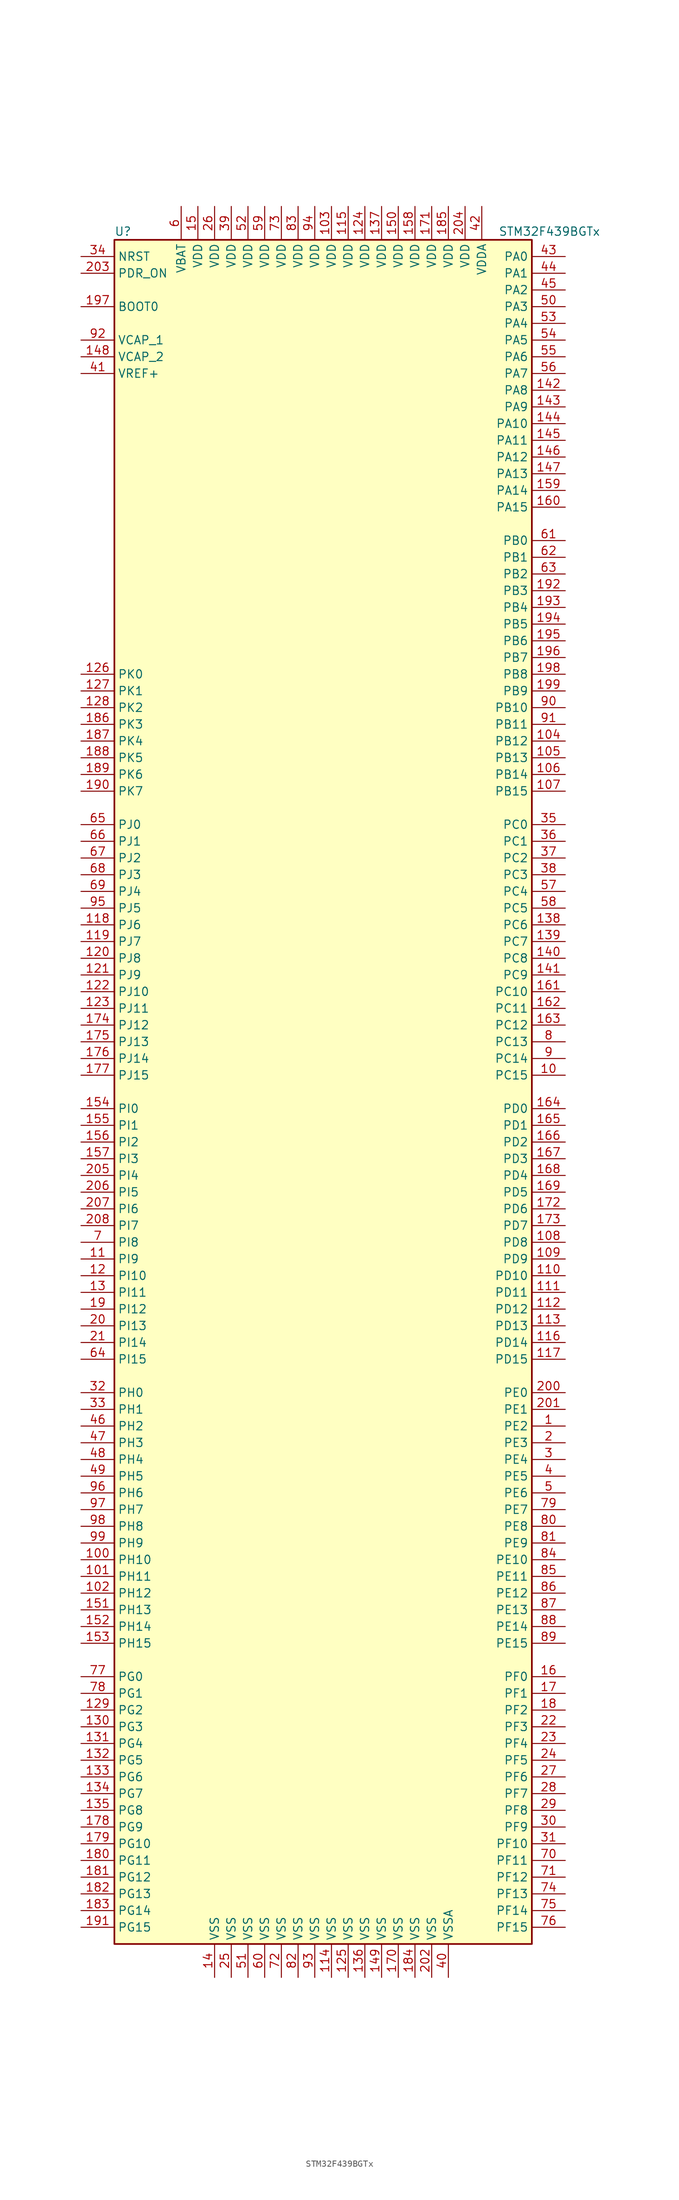
<source format=kicad_sym>
(kicad_symbol_lib
  (version 20201005)
  (generator kicad_symbol_editor)
  (symbol "STM32F439BGTx"
    (property "Reference" "U"
      (at -33.02 130.81 0)
      (effects (font (size 1.27 1.27)) (justify left)))
    (property "Value" "STM32F439BGTx"
      (at 25.4 130.81 0)
      (effects (font (size 1.27 1.27)) (justify left)))
    (symbol "STM32F439BGTx_0_1"
      (rectangle (start -33.02 -129.54) (end 30.48 129.54) (stroke (width 0.254)) (fill (type background))))
    (symbol "STM32F439BGTx_1_1"
      (pin input line (at -38.1 119.38 0) (length 5.08) (name "BOOT0" (effects (font (size 1.27 1.27)))) (number "197" (effects (font (size 1.27 1.27)))))
      (pin input line (at -38.1 127 0) (length 5.08) (name "NRST" (effects (font (size 1.27 1.27)))) (number "34" (effects (font (size 1.27 1.27)))))
      (pin bidirectional line (at 35.56 127 180) (length 5.08) (name "PA0" (effects (font (size 1.27 1.27)))) (number "43" (effects (font (size 1.27 1.27)))))
      (pin bidirectional line (at 35.56 124.46 180) (length 5.08) (name "PA1" (effects (font (size 1.27 1.27)))) (number "44" (effects (font (size 1.27 1.27)))))
      (pin bidirectional line (at 35.56 101.6 180) (length 5.08) (name "PA10" (effects (font (size 1.27 1.27)))) (number "144" (effects (font (size 1.27 1.27)))))
      (pin bidirectional line (at 35.56 99.06 180) (length 5.08) (name "PA11" (effects (font (size 1.27 1.27)))) (number "145" (effects (font (size 1.27 1.27)))))
      (pin bidirectional line (at 35.56 96.52 180) (length 5.08) (name "PA12" (effects (font (size 1.27 1.27)))) (number "146" (effects (font (size 1.27 1.27)))))
      (pin bidirectional line (at 35.56 93.98 180) (length 5.08) (name "PA13" (effects (font (size 1.27 1.27)))) (number "147" (effects (font (size 1.27 1.27)))))
      (pin bidirectional line (at 35.56 91.44 180) (length 5.08) (name "PA14" (effects (font (size 1.27 1.27)))) (number "159" (effects (font (size 1.27 1.27)))))
      (pin bidirectional line (at 35.56 88.9 180) (length 5.08) (name "PA15" (effects (font (size 1.27 1.27)))) (number "160" (effects (font (size 1.27 1.27)))))
      (pin bidirectional line (at 35.56 121.92 180) (length 5.08) (name "PA2" (effects (font (size 1.27 1.27)))) (number "45" (effects (font (size 1.27 1.27)))))
      (pin bidirectional line (at 35.56 119.38 180) (length 5.08) (name "PA3" (effects (font (size 1.27 1.27)))) (number "50" (effects (font (size 1.27 1.27)))))
      (pin bidirectional line (at 35.56 116.84 180) (length 5.08) (name "PA4" (effects (font (size 1.27 1.27)))) (number "53" (effects (font (size 1.27 1.27)))))
      (pin bidirectional line (at 35.56 114.3 180) (length 5.08) (name "PA5" (effects (font (size 1.27 1.27)))) (number "54" (effects (font (size 1.27 1.27)))))
      (pin bidirectional line (at 35.56 111.76 180) (length 5.08) (name "PA6" (effects (font (size 1.27 1.27)))) (number "55" (effects (font (size 1.27 1.27)))))
      (pin bidirectional line (at 35.56 109.22 180) (length 5.08) (name "PA7" (effects (font (size 1.27 1.27)))) (number "56" (effects (font (size 1.27 1.27)))))
      (pin bidirectional line (at 35.56 106.68 180) (length 5.08) (name "PA8" (effects (font (size 1.27 1.27)))) (number "142" (effects (font (size 1.27 1.27)))))
      (pin bidirectional line (at 35.56 104.14 180) (length 5.08) (name "PA9" (effects (font (size 1.27 1.27)))) (number "143" (effects (font (size 1.27 1.27)))))
      (pin bidirectional line (at 35.56 83.82 180) (length 5.08) (name "PB0" (effects (font (size 1.27 1.27)))) (number "61" (effects (font (size 1.27 1.27)))))
      (pin bidirectional line (at 35.56 81.28 180) (length 5.08) (name "PB1" (effects (font (size 1.27 1.27)))) (number "62" (effects (font (size 1.27 1.27)))))
      (pin bidirectional line (at 35.56 58.42 180) (length 5.08) (name "PB10" (effects (font (size 1.27 1.27)))) (number "90" (effects (font (size 1.27 1.27)))))
      (pin bidirectional line (at 35.56 55.88 180) (length 5.08) (name "PB11" (effects (font (size 1.27 1.27)))) (number "91" (effects (font (size 1.27 1.27)))))
      (pin bidirectional line (at 35.56 53.34 180) (length 5.08) (name "PB12" (effects (font (size 1.27 1.27)))) (number "104" (effects (font (size 1.27 1.27)))))
      (pin bidirectional line (at 35.56 50.8 180) (length 5.08) (name "PB13" (effects (font (size 1.27 1.27)))) (number "105" (effects (font (size 1.27 1.27)))))
      (pin bidirectional line (at 35.56 48.26 180) (length 5.08) (name "PB14" (effects (font (size 1.27 1.27)))) (number "106" (effects (font (size 1.27 1.27)))))
      (pin bidirectional line (at 35.56 45.72 180) (length 5.08) (name "PB15" (effects (font (size 1.27 1.27)))) (number "107" (effects (font (size 1.27 1.27)))))
      (pin bidirectional line (at 35.56 78.74 180) (length 5.08) (name "PB2" (effects (font (size 1.27 1.27)))) (number "63" (effects (font (size 1.27 1.27)))))
      (pin bidirectional line (at 35.56 76.2 180) (length 5.08) (name "PB3" (effects (font (size 1.27 1.27)))) (number "192" (effects (font (size 1.27 1.27)))))
      (pin bidirectional line (at 35.56 73.66 180) (length 5.08) (name "PB4" (effects (font (size 1.27 1.27)))) (number "193" (effects (font (size 1.27 1.27)))))
      (pin bidirectional line (at 35.56 71.12 180) (length 5.08) (name "PB5" (effects (font (size 1.27 1.27)))) (number "194" (effects (font (size 1.27 1.27)))))
      (pin bidirectional line (at 35.56 68.58 180) (length 5.08) (name "PB6" (effects (font (size 1.27 1.27)))) (number "195" (effects (font (size 1.27 1.27)))))
      (pin bidirectional line (at 35.56 66.04 180) (length 5.08) (name "PB7" (effects (font (size 1.27 1.27)))) (number "196" (effects (font (size 1.27 1.27)))))
      (pin bidirectional line (at 35.56 63.5 180) (length 5.08) (name "PB8" (effects (font (size 1.27 1.27)))) (number "198" (effects (font (size 1.27 1.27)))))
      (pin bidirectional line (at 35.56 60.96 180) (length 5.08) (name "PB9" (effects (font (size 1.27 1.27)))) (number "199" (effects (font (size 1.27 1.27)))))
      (pin bidirectional line (at 35.56 40.64 180) (length 5.08) (name "PC0" (effects (font (size 1.27 1.27)))) (number "35" (effects (font (size 1.27 1.27)))))
      (pin bidirectional line (at 35.56 38.1 180) (length 5.08) (name "PC1" (effects (font (size 1.27 1.27)))) (number "36" (effects (font (size 1.27 1.27)))))
      (pin bidirectional line (at 35.56 15.24 180) (length 5.08) (name "PC10" (effects (font (size 1.27 1.27)))) (number "161" (effects (font (size 1.27 1.27)))))
      (pin bidirectional line (at 35.56 12.7 180) (length 5.08) (name "PC11" (effects (font (size 1.27 1.27)))) (number "162" (effects (font (size 1.27 1.27)))))
      (pin bidirectional line (at 35.56 10.16 180) (length 5.08) (name "PC12" (effects (font (size 1.27 1.27)))) (number "163" (effects (font (size 1.27 1.27)))))
      (pin bidirectional line (at 35.56 7.62 180) (length 5.08) (name "PC13" (effects (font (size 1.27 1.27)))) (number "8" (effects (font (size 1.27 1.27)))))
      (pin bidirectional line (at 35.56 5.08 180) (length 5.08) (name "PC14" (effects (font (size 1.27 1.27)))) (number "9" (effects (font (size 1.27 1.27)))))
      (pin bidirectional line (at 35.56 2.54 180) (length 5.08) (name "PC15" (effects (font (size 1.27 1.27)))) (number "10" (effects (font (size 1.27 1.27)))))
      (pin bidirectional line (at 35.56 35.56 180) (length 5.08) (name "PC2" (effects (font (size 1.27 1.27)))) (number "37" (effects (font (size 1.27 1.27)))))
      (pin bidirectional line (at 35.56 33.02 180) (length 5.08) (name "PC3" (effects (font (size 1.27 1.27)))) (number "38" (effects (font (size 1.27 1.27)))))
      (pin bidirectional line (at 35.56 30.48 180) (length 5.08) (name "PC4" (effects (font (size 1.27 1.27)))) (number "57" (effects (font (size 1.27 1.27)))))
      (pin bidirectional line (at 35.56 27.94 180) (length 5.08) (name "PC5" (effects (font (size 1.27 1.27)))) (number "58" (effects (font (size 1.27 1.27)))))
      (pin bidirectional line (at 35.56 25.4 180) (length 5.08) (name "PC6" (effects (font (size 1.27 1.27)))) (number "138" (effects (font (size 1.27 1.27)))))
      (pin bidirectional line (at 35.56 22.86 180) (length 5.08) (name "PC7" (effects (font (size 1.27 1.27)))) (number "139" (effects (font (size 1.27 1.27)))))
      (pin bidirectional line (at 35.56 20.32 180) (length 5.08) (name "PC8" (effects (font (size 1.27 1.27)))) (number "140" (effects (font (size 1.27 1.27)))))
      (pin bidirectional line (at 35.56 17.78 180) (length 5.08) (name "PC9" (effects (font (size 1.27 1.27)))) (number "141" (effects (font (size 1.27 1.27)))))
      (pin bidirectional line (at 35.56 -2.54 180) (length 5.08) (name "PD0" (effects (font (size 1.27 1.27)))) (number "164" (effects (font (size 1.27 1.27)))))
      (pin bidirectional line (at 35.56 -5.08 180) (length 5.08) (name "PD1" (effects (font (size 1.27 1.27)))) (number "165" (effects (font (size 1.27 1.27)))))
      (pin bidirectional line (at 35.56 -27.94 180) (length 5.08) (name "PD10" (effects (font (size 1.27 1.27)))) (number "110" (effects (font (size 1.27 1.27)))))
      (pin bidirectional line (at 35.56 -30.48 180) (length 5.08) (name "PD11" (effects (font (size 1.27 1.27)))) (number "111" (effects (font (size 1.27 1.27)))))
      (pin bidirectional line (at 35.56 -33.02 180) (length 5.08) (name "PD12" (effects (font (size 1.27 1.27)))) (number "112" (effects (font (size 1.27 1.27)))))
      (pin bidirectional line (at 35.56 -35.56 180) (length 5.08) (name "PD13" (effects (font (size 1.27 1.27)))) (number "113" (effects (font (size 1.27 1.27)))))
      (pin bidirectional line (at 35.56 -38.1 180) (length 5.08) (name "PD14" (effects (font (size 1.27 1.27)))) (number "116" (effects (font (size 1.27 1.27)))))
      (pin bidirectional line (at 35.56 -40.64 180) (length 5.08) (name "PD15" (effects (font (size 1.27 1.27)))) (number "117" (effects (font (size 1.27 1.27)))))
      (pin bidirectional line (at 35.56 -7.62 180) (length 5.08) (name "PD2" (effects (font (size 1.27 1.27)))) (number "166" (effects (font (size 1.27 1.27)))))
      (pin bidirectional line (at 35.56 -10.16 180) (length 5.08) (name "PD3" (effects (font (size 1.27 1.27)))) (number "167" (effects (font (size 1.27 1.27)))))
      (pin bidirectional line (at 35.56 -12.7 180) (length 5.08) (name "PD4" (effects (font (size 1.27 1.27)))) (number "168" (effects (font (size 1.27 1.27)))))
      (pin bidirectional line (at 35.56 -15.24 180) (length 5.08) (name "PD5" (effects (font (size 1.27 1.27)))) (number "169" (effects (font (size 1.27 1.27)))))
      (pin bidirectional line (at 35.56 -17.78 180) (length 5.08) (name "PD6" (effects (font (size 1.27 1.27)))) (number "172" (effects (font (size 1.27 1.27)))))
      (pin bidirectional line (at 35.56 -20.32 180) (length 5.08) (name "PD7" (effects (font (size 1.27 1.27)))) (number "173" (effects (font (size 1.27 1.27)))))
      (pin bidirectional line (at 35.56 -22.86 180) (length 5.08) (name "PD8" (effects (font (size 1.27 1.27)))) (number "108" (effects (font (size 1.27 1.27)))))
      (pin bidirectional line (at 35.56 -25.4 180) (length 5.08) (name "PD9" (effects (font (size 1.27 1.27)))) (number "109" (effects (font (size 1.27 1.27)))))
      (pin input line (at -38.1 124.46 0) (length 5.08) (name "PDR_ON" (effects (font (size 1.27 1.27)))) (number "203" (effects (font (size 1.27 1.27)))))
      (pin bidirectional line (at 35.56 -45.72 180) (length 5.08) (name "PE0" (effects (font (size 1.27 1.27)))) (number "200" (effects (font (size 1.27 1.27)))))
      (pin bidirectional line (at 35.56 -48.26 180) (length 5.08) (name "PE1" (effects (font (size 1.27 1.27)))) (number "201" (effects (font (size 1.27 1.27)))))
      (pin bidirectional line (at 35.56 -71.12 180) (length 5.08) (name "PE10" (effects (font (size 1.27 1.27)))) (number "84" (effects (font (size 1.27 1.27)))))
      (pin bidirectional line (at 35.56 -73.66 180) (length 5.08) (name "PE11" (effects (font (size 1.27 1.27)))) (number "85" (effects (font (size 1.27 1.27)))))
      (pin bidirectional line (at 35.56 -76.2 180) (length 5.08) (name "PE12" (effects (font (size 1.27 1.27)))) (number "86" (effects (font (size 1.27 1.27)))))
      (pin bidirectional line (at 35.56 -78.74 180) (length 5.08) (name "PE13" (effects (font (size 1.27 1.27)))) (number "87" (effects (font (size 1.27 1.27)))))
      (pin bidirectional line (at 35.56 -81.28 180) (length 5.08) (name "PE14" (effects (font (size 1.27 1.27)))) (number "88" (effects (font (size 1.27 1.27)))))
      (pin bidirectional line (at 35.56 -83.82 180) (length 5.08) (name "PE15" (effects (font (size 1.27 1.27)))) (number "89" (effects (font (size 1.27 1.27)))))
      (pin bidirectional line (at 35.56 -50.8 180) (length 5.08) (name "PE2" (effects (font (size 1.27 1.27)))) (number "1" (effects (font (size 1.27 1.27)))))
      (pin bidirectional line (at 35.56 -53.34 180) (length 5.08) (name "PE3" (effects (font (size 1.27 1.27)))) (number "2" (effects (font (size 1.27 1.27)))))
      (pin bidirectional line (at 35.56 -55.88 180) (length 5.08) (name "PE4" (effects (font (size 1.27 1.27)))) (number "3" (effects (font (size 1.27 1.27)))))
      (pin bidirectional line (at 35.56 -58.42 180) (length 5.08) (name "PE5" (effects (font (size 1.27 1.27)))) (number "4" (effects (font (size 1.27 1.27)))))
      (pin bidirectional line (at 35.56 -60.96 180) (length 5.08) (name "PE6" (effects (font (size 1.27 1.27)))) (number "5" (effects (font (size 1.27 1.27)))))
      (pin bidirectional line (at 35.56 -63.5 180) (length 5.08) (name "PE7" (effects (font (size 1.27 1.27)))) (number "79" (effects (font (size 1.27 1.27)))))
      (pin bidirectional line (at 35.56 -66.04 180) (length 5.08) (name "PE8" (effects (font (size 1.27 1.27)))) (number "80" (effects (font (size 1.27 1.27)))))
      (pin bidirectional line (at 35.56 -68.58 180) (length 5.08) (name "PE9" (effects (font (size 1.27 1.27)))) (number "81" (effects (font (size 1.27 1.27)))))
      (pin bidirectional line (at 35.56 -88.9 180) (length 5.08) (name "PF0" (effects (font (size 1.27 1.27)))) (number "16" (effects (font (size 1.27 1.27)))))
      (pin bidirectional line (at 35.56 -91.44 180) (length 5.08) (name "PF1" (effects (font (size 1.27 1.27)))) (number "17" (effects (font (size 1.27 1.27)))))
      (pin bidirectional line (at 35.56 -114.3 180) (length 5.08) (name "PF10" (effects (font (size 1.27 1.27)))) (number "31" (effects (font (size 1.27 1.27)))))
      (pin bidirectional line (at 35.56 -116.84 180) (length 5.08) (name "PF11" (effects (font (size 1.27 1.27)))) (number "70" (effects (font (size 1.27 1.27)))))
      (pin bidirectional line (at 35.56 -119.38 180) (length 5.08) (name "PF12" (effects (font (size 1.27 1.27)))) (number "71" (effects (font (size 1.27 1.27)))))
      (pin bidirectional line (at 35.56 -121.92 180) (length 5.08) (name "PF13" (effects (font (size 1.27 1.27)))) (number "74" (effects (font (size 1.27 1.27)))))
      (pin bidirectional line (at 35.56 -124.46 180) (length 5.08) (name "PF14" (effects (font (size 1.27 1.27)))) (number "75" (effects (font (size 1.27 1.27)))))
      (pin bidirectional line (at 35.56 -127 180) (length 5.08) (name "PF15" (effects (font (size 1.27 1.27)))) (number "76" (effects (font (size 1.27 1.27)))))
      (pin bidirectional line (at 35.56 -93.98 180) (length 5.08) (name "PF2" (effects (font (size 1.27 1.27)))) (number "18" (effects (font (size 1.27 1.27)))))
      (pin bidirectional line (at 35.56 -96.52 180) (length 5.08) (name "PF3" (effects (font (size 1.27 1.27)))) (number "22" (effects (font (size 1.27 1.27)))))
      (pin bidirectional line (at 35.56 -99.06 180) (length 5.08) (name "PF4" (effects (font (size 1.27 1.27)))) (number "23" (effects (font (size 1.27 1.27)))))
      (pin bidirectional line (at 35.56 -101.6 180) (length 5.08) (name "PF5" (effects (font (size 1.27 1.27)))) (number "24" (effects (font (size 1.27 1.27)))))
      (pin bidirectional line (at 35.56 -104.14 180) (length 5.08) (name "PF6" (effects (font (size 1.27 1.27)))) (number "27" (effects (font (size 1.27 1.27)))))
      (pin bidirectional line (at 35.56 -106.68 180) (length 5.08) (name "PF7" (effects (font (size 1.27 1.27)))) (number "28" (effects (font (size 1.27 1.27)))))
      (pin bidirectional line (at 35.56 -109.22 180) (length 5.08) (name "PF8" (effects (font (size 1.27 1.27)))) (number "29" (effects (font (size 1.27 1.27)))))
      (pin bidirectional line (at 35.56 -111.76 180) (length 5.08) (name "PF9" (effects (font (size 1.27 1.27)))) (number "30" (effects (font (size 1.27 1.27)))))
      (pin bidirectional line (at -38.1 -88.9 0) (length 5.08) (name "PG0" (effects (font (size 1.27 1.27)))) (number "77" (effects (font (size 1.27 1.27)))))
      (pin bidirectional line (at -38.1 -91.44 0) (length 5.08) (name "PG1" (effects (font (size 1.27 1.27)))) (number "78" (effects (font (size 1.27 1.27)))))
      (pin bidirectional line (at -38.1 -114.3 0) (length 5.08) (name "PG10" (effects (font (size 1.27 1.27)))) (number "179" (effects (font (size 1.27 1.27)))))
      (pin bidirectional line (at -38.1 -116.84 0) (length 5.08) (name "PG11" (effects (font (size 1.27 1.27)))) (number "180" (effects (font (size 1.27 1.27)))))
      (pin bidirectional line (at -38.1 -119.38 0) (length 5.08) (name "PG12" (effects (font (size 1.27 1.27)))) (number "181" (effects (font (size 1.27 1.27)))))
      (pin bidirectional line (at -38.1 -121.92 0) (length 5.08) (name "PG13" (effects (font (size 1.27 1.27)))) (number "182" (effects (font (size 1.27 1.27)))))
      (pin bidirectional line (at -38.1 -124.46 0) (length 5.08) (name "PG14" (effects (font (size 1.27 1.27)))) (number "183" (effects (font (size 1.27 1.27)))))
      (pin bidirectional line (at -38.1 -127 0) (length 5.08) (name "PG15" (effects (font (size 1.27 1.27)))) (number "191" (effects (font (size 1.27 1.27)))))
      (pin bidirectional line (at -38.1 -93.98 0) (length 5.08) (name "PG2" (effects (font (size 1.27 1.27)))) (number "129" (effects (font (size 1.27 1.27)))))
      (pin bidirectional line (at -38.1 -96.52 0) (length 5.08) (name "PG3" (effects (font (size 1.27 1.27)))) (number "130" (effects (font (size 1.27 1.27)))))
      (pin bidirectional line (at -38.1 -99.06 0) (length 5.08) (name "PG4" (effects (font (size 1.27 1.27)))) (number "131" (effects (font (size 1.27 1.27)))))
      (pin bidirectional line (at -38.1 -101.6 0) (length 5.08) (name "PG5" (effects (font (size 1.27 1.27)))) (number "132" (effects (font (size 1.27 1.27)))))
      (pin bidirectional line (at -38.1 -104.14 0) (length 5.08) (name "PG6" (effects (font (size 1.27 1.27)))) (number "133" (effects (font (size 1.27 1.27)))))
      (pin bidirectional line (at -38.1 -106.68 0) (length 5.08) (name "PG7" (effects (font (size 1.27 1.27)))) (number "134" (effects (font (size 1.27 1.27)))))
      (pin bidirectional line (at -38.1 -109.22 0) (length 5.08) (name "PG8" (effects (font (size 1.27 1.27)))) (number "135" (effects (font (size 1.27 1.27)))))
      (pin bidirectional line (at -38.1 -111.76 0) (length 5.08) (name "PG9" (effects (font (size 1.27 1.27)))) (number "178" (effects (font (size 1.27 1.27)))))
      (pin input line (at -38.1 -45.72 0) (length 5.08) (name "PH0" (effects (font (size 1.27 1.27)))) (number "32" (effects (font (size 1.27 1.27)))))
      (pin input line (at -38.1 -48.26 0) (length 5.08) (name "PH1" (effects (font (size 1.27 1.27)))) (number "33" (effects (font (size 1.27 1.27)))))
      (pin bidirectional line (at -38.1 -71.12 0) (length 5.08) (name "PH10" (effects (font (size 1.27 1.27)))) (number "100" (effects (font (size 1.27 1.27)))))
      (pin bidirectional line (at -38.1 -73.66 0) (length 5.08) (name "PH11" (effects (font (size 1.27 1.27)))) (number "101" (effects (font (size 1.27 1.27)))))
      (pin bidirectional line (at -38.1 -76.2 0) (length 5.08) (name "PH12" (effects (font (size 1.27 1.27)))) (number "102" (effects (font (size 1.27 1.27)))))
      (pin bidirectional line (at -38.1 -78.74 0) (length 5.08) (name "PH13" (effects (font (size 1.27 1.27)))) (number "151" (effects (font (size 1.27 1.27)))))
      (pin bidirectional line (at -38.1 -81.28 0) (length 5.08) (name "PH14" (effects (font (size 1.27 1.27)))) (number "152" (effects (font (size 1.27 1.27)))))
      (pin bidirectional line (at -38.1 -83.82 0) (length 5.08) (name "PH15" (effects (font (size 1.27 1.27)))) (number "153" (effects (font (size 1.27 1.27)))))
      (pin bidirectional line (at -38.1 -50.8 0) (length 5.08) (name "PH2" (effects (font (size 1.27 1.27)))) (number "46" (effects (font (size 1.27 1.27)))))
      (pin bidirectional line (at -38.1 -53.34 0) (length 5.08) (name "PH3" (effects (font (size 1.27 1.27)))) (number "47" (effects (font (size 1.27 1.27)))))
      (pin bidirectional line (at -38.1 -55.88 0) (length 5.08) (name "PH4" (effects (font (size 1.27 1.27)))) (number "48" (effects (font (size 1.27 1.27)))))
      (pin bidirectional line (at -38.1 -58.42 0) (length 5.08) (name "PH5" (effects (font (size 1.27 1.27)))) (number "49" (effects (font (size 1.27 1.27)))))
      (pin bidirectional line (at -38.1 -60.96 0) (length 5.08) (name "PH6" (effects (font (size 1.27 1.27)))) (number "96" (effects (font (size 1.27 1.27)))))
      (pin bidirectional line (at -38.1 -63.5 0) (length 5.08) (name "PH7" (effects (font (size 1.27 1.27)))) (number "97" (effects (font (size 1.27 1.27)))))
      (pin bidirectional line (at -38.1 -66.04 0) (length 5.08) (name "PH8" (effects (font (size 1.27 1.27)))) (number "98" (effects (font (size 1.27 1.27)))))
      (pin bidirectional line (at -38.1 -68.58 0) (length 5.08) (name "PH9" (effects (font (size 1.27 1.27)))) (number "99" (effects (font (size 1.27 1.27)))))
      (pin bidirectional line (at -38.1 -2.54 0) (length 5.08) (name "PI0" (effects (font (size 1.27 1.27)))) (number "154" (effects (font (size 1.27 1.27)))))
      (pin bidirectional line (at -38.1 -5.08 0) (length 5.08) (name "PI1" (effects (font (size 1.27 1.27)))) (number "155" (effects (font (size 1.27 1.27)))))
      (pin bidirectional line (at -38.1 -27.94 0) (length 5.08) (name "PI10" (effects (font (size 1.27 1.27)))) (number "12" (effects (font (size 1.27 1.27)))))
      (pin bidirectional line (at -38.1 -30.48 0) (length 5.08) (name "PI11" (effects (font (size 1.27 1.27)))) (number "13" (effects (font (size 1.27 1.27)))))
      (pin bidirectional line (at -38.1 -33.02 0) (length 5.08) (name "PI12" (effects (font (size 1.27 1.27)))) (number "19" (effects (font (size 1.27 1.27)))))
      (pin bidirectional line (at -38.1 -35.56 0) (length 5.08) (name "PI13" (effects (font (size 1.27 1.27)))) (number "20" (effects (font (size 1.27 1.27)))))
      (pin bidirectional line (at -38.1 -38.1 0) (length 5.08) (name "PI14" (effects (font (size 1.27 1.27)))) (number "21" (effects (font (size 1.27 1.27)))))
      (pin bidirectional line (at -38.1 -40.64 0) (length 5.08) (name "PI15" (effects (font (size 1.27 1.27)))) (number "64" (effects (font (size 1.27 1.27)))))
      (pin bidirectional line (at -38.1 -7.62 0) (length 5.08) (name "PI2" (effects (font (size 1.27 1.27)))) (number "156" (effects (font (size 1.27 1.27)))))
      (pin bidirectional line (at -38.1 -10.16 0) (length 5.08) (name "PI3" (effects (font (size 1.27 1.27)))) (number "157" (effects (font (size 1.27 1.27)))))
      (pin bidirectional line (at -38.1 -12.7 0) (length 5.08) (name "PI4" (effects (font (size 1.27 1.27)))) (number "205" (effects (font (size 1.27 1.27)))))
      (pin bidirectional line (at -38.1 -15.24 0) (length 5.08) (name "PI5" (effects (font (size 1.27 1.27)))) (number "206" (effects (font (size 1.27 1.27)))))
      (pin bidirectional line (at -38.1 -17.78 0) (length 5.08) (name "PI6" (effects (font (size 1.27 1.27)))) (number "207" (effects (font (size 1.27 1.27)))))
      (pin bidirectional line (at -38.1 -20.32 0) (length 5.08) (name "PI7" (effects (font (size 1.27 1.27)))) (number "208" (effects (font (size 1.27 1.27)))))
      (pin bidirectional line (at -38.1 -22.86 0) (length 5.08) (name "PI8" (effects (font (size 1.27 1.27)))) (number "7" (effects (font (size 1.27 1.27)))))
      (pin bidirectional line (at -38.1 -25.4 0) (length 5.08) (name "PI9" (effects (font (size 1.27 1.27)))) (number "11" (effects (font (size 1.27 1.27)))))
      (pin bidirectional line (at -38.1 40.64 0) (length 5.08) (name "PJ0" (effects (font (size 1.27 1.27)))) (number "65" (effects (font (size 1.27 1.27)))))
      (pin bidirectional line (at -38.1 38.1 0) (length 5.08) (name "PJ1" (effects (font (size 1.27 1.27)))) (number "66" (effects (font (size 1.27 1.27)))))
      (pin bidirectional line (at -38.1 15.24 0) (length 5.08) (name "PJ10" (effects (font (size 1.27 1.27)))) (number "122" (effects (font (size 1.27 1.27)))))
      (pin bidirectional line (at -38.1 12.7 0) (length 5.08) (name "PJ11" (effects (font (size 1.27 1.27)))) (number "123" (effects (font (size 1.27 1.27)))))
      (pin bidirectional line (at -38.1 10.16 0) (length 5.08) (name "PJ12" (effects (font (size 1.27 1.27)))) (number "174" (effects (font (size 1.27 1.27)))))
      (pin bidirectional line (at -38.1 7.62 0) (length 5.08) (name "PJ13" (effects (font (size 1.27 1.27)))) (number "175" (effects (font (size 1.27 1.27)))))
      (pin bidirectional line (at -38.1 5.08 0) (length 5.08) (name "PJ14" (effects (font (size 1.27 1.27)))) (number "176" (effects (font (size 1.27 1.27)))))
      (pin bidirectional line (at -38.1 2.54 0) (length 5.08) (name "PJ15" (effects (font (size 1.27 1.27)))) (number "177" (effects (font (size 1.27 1.27)))))
      (pin bidirectional line (at -38.1 35.56 0) (length 5.08) (name "PJ2" (effects (font (size 1.27 1.27)))) (number "67" (effects (font (size 1.27 1.27)))))
      (pin bidirectional line (at -38.1 33.02 0) (length 5.08) (name "PJ3" (effects (font (size 1.27 1.27)))) (number "68" (effects (font (size 1.27 1.27)))))
      (pin bidirectional line (at -38.1 30.48 0) (length 5.08) (name "PJ4" (effects (font (size 1.27 1.27)))) (number "69" (effects (font (size 1.27 1.27)))))
      (pin bidirectional line (at -38.1 27.94 0) (length 5.08) (name "PJ5" (effects (font (size 1.27 1.27)))) (number "95" (effects (font (size 1.27 1.27)))))
      (pin bidirectional line (at -38.1 25.4 0) (length 5.08) (name "PJ6" (effects (font (size 1.27 1.27)))) (number "118" (effects (font (size 1.27 1.27)))))
      (pin bidirectional line (at -38.1 22.86 0) (length 5.08) (name "PJ7" (effects (font (size 1.27 1.27)))) (number "119" (effects (font (size 1.27 1.27)))))
      (pin bidirectional line (at -38.1 20.32 0) (length 5.08) (name "PJ8" (effects (font (size 1.27 1.27)))) (number "120" (effects (font (size 1.27 1.27)))))
      (pin bidirectional line (at -38.1 17.78 0) (length 5.08) (name "PJ9" (effects (font (size 1.27 1.27)))) (number "121" (effects (font (size 1.27 1.27)))))
      (pin bidirectional line (at -38.1 63.5 0) (length 5.08) (name "PK0" (effects (font (size 1.27 1.27)))) (number "126" (effects (font (size 1.27 1.27)))))
      (pin bidirectional line (at -38.1 60.96 0) (length 5.08) (name "PK1" (effects (font (size 1.27 1.27)))) (number "127" (effects (font (size 1.27 1.27)))))
      (pin bidirectional line (at -38.1 58.42 0) (length 5.08) (name "PK2" (effects (font (size 1.27 1.27)))) (number "128" (effects (font (size 1.27 1.27)))))
      (pin bidirectional line (at -38.1 55.88 0) (length 5.08) (name "PK3" (effects (font (size 1.27 1.27)))) (number "186" (effects (font (size 1.27 1.27)))))
      (pin bidirectional line (at -38.1 53.34 0) (length 5.08) (name "PK4" (effects (font (size 1.27 1.27)))) (number "187" (effects (font (size 1.27 1.27)))))
      (pin bidirectional line (at -38.1 50.8 0) (length 5.08) (name "PK5" (effects (font (size 1.27 1.27)))) (number "188" (effects (font (size 1.27 1.27)))))
      (pin bidirectional line (at -38.1 48.26 0) (length 5.08) (name "PK6" (effects (font (size 1.27 1.27)))) (number "189" (effects (font (size 1.27 1.27)))))
      (pin bidirectional line (at -38.1 45.72 0) (length 5.08) (name "PK7" (effects (font (size 1.27 1.27)))) (number "190" (effects (font (size 1.27 1.27)))))
      (pin power_in line (at -22.86 134.62 270) (length 5.08) (name "VBAT" (effects (font (size 1.27 1.27)))) (number "6" (effects (font (size 1.27 1.27)))))
      (pin power_in line (at -38.1 114.3 0) (length 5.08) (name "VCAP_1" (effects (font (size 1.27 1.27)))) (number "92" (effects (font (size 1.27 1.27)))))
      (pin power_in line (at -38.1 111.76 0) (length 5.08) (name "VCAP_2" (effects (font (size 1.27 1.27)))) (number "148" (effects (font (size 1.27 1.27)))))
      (pin power_in line (at 0 134.62 270) (length 5.08) (name "VDD" (effects (font (size 1.27 1.27)))) (number "103" (effects (font (size 1.27 1.27)))))
      (pin power_in line (at 2.54 134.62 270) (length 5.08) (name "VDD" (effects (font (size 1.27 1.27)))) (number "115" (effects (font (size 1.27 1.27)))))
      (pin power_in line (at 5.08 134.62 270) (length 5.08) (name "VDD" (effects (font (size 1.27 1.27)))) (number "124" (effects (font (size 1.27 1.27)))))
      (pin power_in line (at 7.62 134.62 270) (length 5.08) (name "VDD" (effects (font (size 1.27 1.27)))) (number "137" (effects (font (size 1.27 1.27)))))
      (pin power_in line (at -20.32 134.62 270) (length 5.08) (name "VDD" (effects (font (size 1.27 1.27)))) (number "15" (effects (font (size 1.27 1.27)))))
      (pin power_in line (at 10.16 134.62 270) (length 5.08) (name "VDD" (effects (font (size 1.27 1.27)))) (number "150" (effects (font (size 1.27 1.27)))))
      (pin power_in line (at 12.7 134.62 270) (length 5.08) (name "VDD" (effects (font (size 1.27 1.27)))) (number "158" (effects (font (size 1.27 1.27)))))
      (pin power_in line (at 15.24 134.62 270) (length 5.08) (name "VDD" (effects (font (size 1.27 1.27)))) (number "171" (effects (font (size 1.27 1.27)))))
      (pin power_in line (at 17.78 134.62 270) (length 5.08) (name "VDD" (effects (font (size 1.27 1.27)))) (number "185" (effects (font (size 1.27 1.27)))))
      (pin power_in line (at 20.32 134.62 270) (length 5.08) (name "VDD" (effects (font (size 1.27 1.27)))) (number "204" (effects (font (size 1.27 1.27)))))
      (pin power_in line (at -17.78 134.62 270) (length 5.08) (name "VDD" (effects (font (size 1.27 1.27)))) (number "26" (effects (font (size 1.27 1.27)))))
      (pin power_in line (at -15.24 134.62 270) (length 5.08) (name "VDD" (effects (font (size 1.27 1.27)))) (number "39" (effects (font (size 1.27 1.27)))))
      (pin power_in line (at -12.7 134.62 270) (length 5.08) (name "VDD" (effects (font (size 1.27 1.27)))) (number "52" (effects (font (size 1.27 1.27)))))
      (pin power_in line (at -10.16 134.62 270) (length 5.08) (name "VDD" (effects (font (size 1.27 1.27)))) (number "59" (effects (font (size 1.27 1.27)))))
      (pin power_in line (at -7.62 134.62 270) (length 5.08) (name "VDD" (effects (font (size 1.27 1.27)))) (number "73" (effects (font (size 1.27 1.27)))))
      (pin power_in line (at -5.08 134.62 270) (length 5.08) (name "VDD" (effects (font (size 1.27 1.27)))) (number "83" (effects (font (size 1.27 1.27)))))
      (pin power_in line (at -2.54 134.62 270) (length 5.08) (name "VDD" (effects (font (size 1.27 1.27)))) (number "94" (effects (font (size 1.27 1.27)))))
      (pin power_in line (at 22.86 134.62 270) (length 5.08) (name "VDDA" (effects (font (size 1.27 1.27)))) (number "42" (effects (font (size 1.27 1.27)))))
      (pin power_in line (at -38.1 109.22 0) (length 5.08) (name "VREF+" (effects (font (size 1.27 1.27)))) (number "41" (effects (font (size 1.27 1.27)))))
      (pin power_in line (at 0 -134.62 90) (length 5.08) (name "VSS" (effects (font (size 1.27 1.27)))) (number "114" (effects (font (size 1.27 1.27)))))
      (pin power_in line (at 2.54 -134.62 90) (length 5.08) (name "VSS" (effects (font (size 1.27 1.27)))) (number "125" (effects (font (size 1.27 1.27)))))
      (pin power_in line (at 5.08 -134.62 90) (length 5.08) (name "VSS" (effects (font (size 1.27 1.27)))) (number "136" (effects (font (size 1.27 1.27)))))
      (pin power_in line (at -17.78 -134.62 90) (length 5.08) (name "VSS" (effects (font (size 1.27 1.27)))) (number "14" (effects (font (size 1.27 1.27)))))
      (pin power_in line (at 7.62 -134.62 90) (length 5.08) (name "VSS" (effects (font (size 1.27 1.27)))) (number "149" (effects (font (size 1.27 1.27)))))
      (pin power_in line (at 10.16 -134.62 90) (length 5.08) (name "VSS" (effects (font (size 1.27 1.27)))) (number "170" (effects (font (size 1.27 1.27)))))
      (pin power_in line (at 12.7 -134.62 90) (length 5.08) (name "VSS" (effects (font (size 1.27 1.27)))) (number "184" (effects (font (size 1.27 1.27)))))
      (pin power_in line (at 15.24 -134.62 90) (length 5.08) (name "VSS" (effects (font (size 1.27 1.27)))) (number "202" (effects (font (size 1.27 1.27)))))
      (pin power_in line (at -15.24 -134.62 90) (length 5.08) (name "VSS" (effects (font (size 1.27 1.27)))) (number "25" (effects (font (size 1.27 1.27)))))
      (pin power_in line (at -12.7 -134.62 90) (length 5.08) (name "VSS" (effects (font (size 1.27 1.27)))) (number "51" (effects (font (size 1.27 1.27)))))
      (pin power_in line (at -10.16 -134.62 90) (length 5.08) (name "VSS" (effects (font (size 1.27 1.27)))) (number "60" (effects (font (size 1.27 1.27)))))
      (pin power_in line (at -7.62 -134.62 90) (length 5.08) (name "VSS" (effects (font (size 1.27 1.27)))) (number "72" (effects (font (size 1.27 1.27)))))
      (pin power_in line (at -5.08 -134.62 90) (length 5.08) (name "VSS" (effects (font (size 1.27 1.27)))) (number "82" (effects (font (size 1.27 1.27)))))
      (pin power_in line (at -2.54 -134.62 90) (length 5.08) (name "VSS" (effects (font (size 1.27 1.27)))) (number "93" (effects (font (size 1.27 1.27)))))
      (pin power_in line (at 17.78 -134.62 90) (length 5.08) (name "VSSA" (effects (font (size 1.27 1.27)))) (number "40" (effects (font (size 1.27 1.27))))))))
</source>
